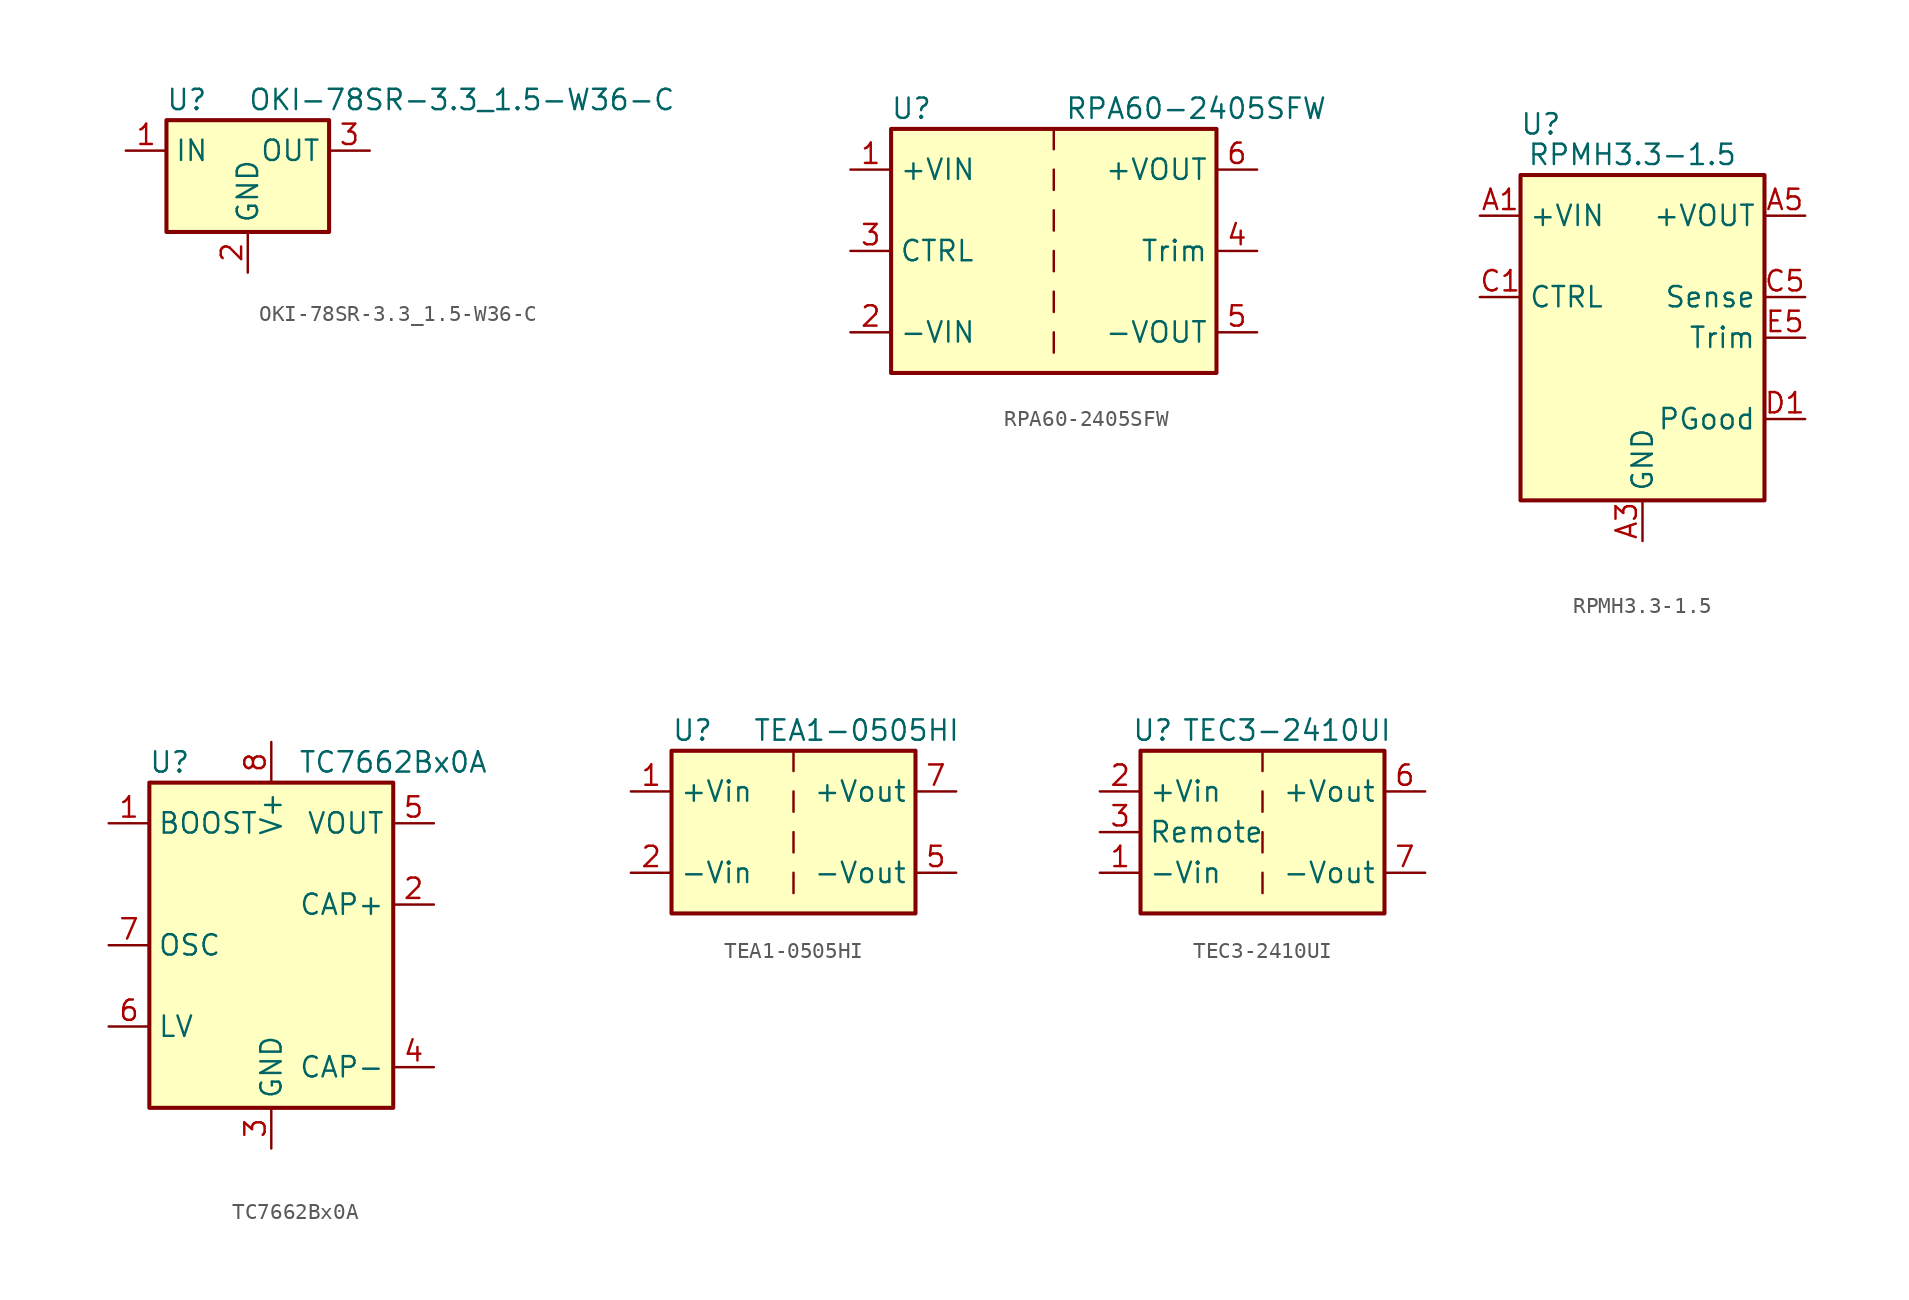
<source format=kicad_sym>
(kicad_symbol_lib
  (version 20241209)
  (generator "kicad_symbol_editor")
  (generator_version "9.0")
  (symbol "OKI-78SR-3.3_1.5-W36-C"
    (property "Reference" "U"
      (at -3.81 3.175 0)
      (effects (font (size 1.27 1.27))))
    (property "Value" "OKI-78SR-3.3_1.5-W36-C"
      (at 0 3.175 0)
      (effects (font (size 1.27 1.27)) (justify left)))
    (symbol "OKI-78SR-3.3_1.5-W36-C_0_1"
      (rectangle (start -5.08 1.905) (end 5.08 -5.08) (stroke (width 0.254) (type default)) (fill (type background))))
    (symbol "OKI-78SR-3.3_1.5-W36-C_1_1"
      (pin power_in line (at -7.62 0 0) (length 2.54) (name "IN" (effects (font (size 1.27 1.27)))) (number "1" (effects (font (size 1.27 1.27)))))
      (pin power_in line (at 0 -7.62 90) (length 2.54) (name "GND" (effects (font (size 1.27 1.27)))) (number "2" (effects (font (size 1.27 1.27)))))
      (pin power_out line (at 7.62 0 180) (length 2.54) (name "OUT" (effects (font (size 1.27 1.27)))) (number "3" (effects (font (size 1.27 1.27)))))))
  (symbol "RPA60-2405SFW"
    (property "Reference" "U"
      (at -8.89 8.89 0)
      (effects (font (size 1.27 1.27))))
    (property "Value" "RPA60-2405SFW"
      (at 8.89 8.89 0)
      (effects (font (size 1.27 1.27))))
    (symbol "RPA60-2405SFW_0_1"
      (rectangle (start -10.16 7.62) (end 10.16 -7.62) (stroke (width 0.254) (type default)) (fill (type background)))
      (polyline (pts (xy 0 7.62) (xy 0 6.35)) (stroke (width 0) (type default)) (fill (type none)))
      (polyline (pts (xy 0 5.08) (xy 0 3.81)) (stroke (width 0) (type default)) (fill (type none)))
      (polyline (pts (xy 0 2.54) (xy 0 1.27)) (stroke (width 0) (type default)) (fill (type none)))
      (polyline (pts (xy 0 0) (xy 0 -1.27)) (stroke (width 0) (type default)) (fill (type none)))
      (polyline (pts (xy 0 -2.54) (xy 0 -3.81)) (stroke (width 0) (type default)) (fill (type none)))
      (polyline (pts (xy 0 -5.08) (xy 0 -6.35)) (stroke (width 0) (type default)) (fill (type none))))
    (symbol "RPA60-2405SFW_1_1"
      (pin power_in line (at -12.7 5.08 0) (length 2.54) (name "+VIN" (effects (font (size 1.27 1.27)))) (number "1" (effects (font (size 1.27 1.27)))))
      (pin input line (at -12.7 0 0) (length 2.54) (name "CTRL" (effects (font (size 1.27 1.27)))) (number "3" (effects (font (size 1.27 1.27)))))
      (pin power_in line (at -12.7 -5.08 0) (length 2.54) (name "-VIN" (effects (font (size 1.27 1.27)))) (number "2" (effects (font (size 1.27 1.27)))))
      (pin power_out line (at 12.7 5.08 180) (length 2.54) (name "+VOUT" (effects (font (size 1.27 1.27)))) (number "6" (effects (font (size 1.27 1.27)))))
      (pin input line (at 12.7 0 180) (length 2.54) (name "Trim" (effects (font (size 1.27 1.27)))) (number "4" (effects (font (size 1.27 1.27)))))
      (pin power_out line (at 12.7 -5.08 180) (length 2.54) (name "-VOUT" (effects (font (size 1.27 1.27)))) (number "5" (effects (font (size 1.27 1.27)))))))
  (symbol "RPMH3.3-1.5"
    (property "Reference" "U"
      (at -6.35 13.335 0)
      (effects (font (size 1.27 1.27))))
    (property "Value" "RPMH3.3-1.5"
      (at -0.635 11.43 0)
      (effects (font (size 1.27 1.27))))
    (symbol "RPMH3.3-1.5_0_1"
      (rectangle (start -7.62 10.16) (end 7.62 -10.16) (stroke (width 0.254) (type default)) (fill (type background))))
    (symbol "RPMH3.3-1.5_1_1"
      (pin power_in line (at -10.16 7.62 0) (length 2.54) (name "+VIN" (effects (font (size 1.27 1.27)))) (number "A1" (effects (font (size 1.27 1.27)))))
      (pin passive line (at -10.16 7.62 0) (length 2.54) (hide yes) (name "+VIN" (effects (font (size 1.27 1.27)))) (number "A2" (effects (font (size 1.27 1.27)))))
      (pin input line (at -10.16 2.54 0) (length 2.54) (name "CTRL" (effects (font (size 1.27 1.27)))) (number "C1" (effects (font (size 1.27 1.27)))))
      (pin no_connect line (at -7.62 -2.54 0) (length 2.54) (hide yes) (name "NC" (effects (font (size 1.27 1.27)))) (number "E1" (effects (font (size 1.27 1.27)))))
      (pin no_connect line (at -7.62 -5.08 0) (length 2.54) (hide yes) (name "NC" (effects (font (size 1.27 1.27)))) (number "E2" (effects (font (size 1.27 1.27)))))
      (pin power_in line (at 0 -12.7 90) (length 2.54) (name "GND" (effects (font (size 1.27 1.27)))) (number "A3" (effects (font (size 1.27 1.27)))))
      (pin passive line (at 0 -12.7 90) (length 2.54) (hide yes) (name "GND" (effects (font (size 1.27 1.27)))) (number "A4" (effects (font (size 1.27 1.27)))))
      (pin passive line (at 0 -12.7 90) (length 2.54) (hide yes) (name "GND" (effects (font (size 1.27 1.27)))) (number "B1" (effects (font (size 1.27 1.27)))))
      (pin passive line (at 0 -12.7 90) (length 2.54) (hide yes) (name "GND" (effects (font (size 1.27 1.27)))) (number "B2" (effects (font (size 1.27 1.27)))))
      (pin passive line (at 0 -12.7 90) (length 2.54) (hide yes) (name "GND" (effects (font (size 1.27 1.27)))) (number "B3" (effects (font (size 1.27 1.27)))))
      (pin passive line (at 0 -12.7 90) (length 2.54) (hide yes) (name "GND" (effects (font (size 1.27 1.27)))) (number "B4" (effects (font (size 1.27 1.27)))))
      (pin passive line (at 0 -12.7 90) (length 2.54) (hide yes) (name "GND" (effects (font (size 1.27 1.27)))) (number "C2" (effects (font (size 1.27 1.27)))))
      (pin passive line (at 0 -12.7 90) (length 2.54) (hide yes) (name "GND" (effects (font (size 1.27 1.27)))) (number "C3" (effects (font (size 1.27 1.27)))))
      (pin passive line (at 0 -12.7 90) (length 2.54) (hide yes) (name "GND" (effects (font (size 1.27 1.27)))) (number "C4" (effects (font (size 1.27 1.27)))))
      (pin passive line (at 0 -12.7 90) (length 2.54) (hide yes) (name "GND" (effects (font (size 1.27 1.27)))) (number "D2" (effects (font (size 1.27 1.27)))))
      (pin passive line (at 0 -12.7 90) (length 2.54) (hide yes) (name "GND" (effects (font (size 1.27 1.27)))) (number "D3" (effects (font (size 1.27 1.27)))))
      (pin passive line (at 0 -12.7 90) (length 2.54) (hide yes) (name "GND" (effects (font (size 1.27 1.27)))) (number "D4" (effects (font (size 1.27 1.27)))))
      (pin passive line (at 0 -12.7 90) (length 2.54) (hide yes) (name "GND" (effects (font (size 1.27 1.27)))) (number "D5" (effects (font (size 1.27 1.27)))))
      (pin passive line (at 0 -12.7 90) (length 2.54) (hide yes) (name "GND" (effects (font (size 1.27 1.27)))) (number "E3" (effects (font (size 1.27 1.27)))))
      (pin passive line (at 0 -12.7 90) (length 2.54) (hide yes) (name "GND" (effects (font (size 1.27 1.27)))) (number "E4" (effects (font (size 1.27 1.27)))))
      (pin power_out line (at 10.16 7.62 180) (length 2.54) (name "+VOUT" (effects (font (size 1.27 1.27)))) (number "A5" (effects (font (size 1.27 1.27)))))
      (pin passive line (at 10.16 7.62 180) (length 2.54) (hide yes) (name "+VOUT" (effects (font (size 1.27 1.27)))) (number "B5" (effects (font (size 1.27 1.27)))))
      (pin input line (at 10.16 2.54 180) (length 2.54) (name "Sense" (effects (font (size 1.27 1.27)))) (number "C5" (effects (font (size 1.27 1.27)))))
      (pin input line (at 10.16 0 180) (length 2.54) (name "Trim" (effects (font (size 1.27 1.27)))) (number "E5" (effects (font (size 1.27 1.27)))))
      (pin output line (at 10.16 -5.08 180) (length 2.54) (name "PGood" (effects (font (size 1.27 1.27)))) (number "D1" (effects (font (size 1.27 1.27)))))))
  (symbol "TC7662Bx0A"
    (property "Reference" "U"
      (at -6.35 11.43 0)
      (effects (font (size 1.27 1.27))))
    (property "Value" "TC7662Bx0A"
      (at 7.62 11.43 0)
      (effects (font (size 1.27 1.27))))
    (symbol "TC7662Bx0A_0_1"
      (rectangle (start -7.62 10.16) (end 7.62 -10.16) (stroke (width 0.254) (type default)) (fill (type background))))
    (symbol "TC7662Bx0A_1_1"
      (pin input line (at -10.16 7.62 0) (length 2.54) (name "BOOST" (effects (font (size 1.27 1.27)))) (number "1" (effects (font (size 1.27 1.27)))))
      (pin passive line (at -10.16 0 0) (length 2.54) (name "OSC" (effects (font (size 1.27 1.27)))) (number "7" (effects (font (size 1.27 1.27)))))
      (pin input line (at -10.16 -5.08 0) (length 2.54) (name "LV" (effects (font (size 1.27 1.27)))) (number "6" (effects (font (size 1.27 1.27)))))
      (pin power_in line (at 0 12.7 270) (length 2.54) (name "V+" (effects (font (size 1.27 1.27)))) (number "8" (effects (font (size 1.27 1.27)))))
      (pin power_in line (at 0 -12.7 90) (length 2.54) (name "GND" (effects (font (size 1.27 1.27)))) (number "3" (effects (font (size 1.27 1.27)))))
      (pin power_out line (at 10.16 7.62 180) (length 2.54) (name "VOUT" (effects (font (size 1.27 1.27)))) (number "5" (effects (font (size 1.27 1.27)))))
      (pin passive line (at 10.16 2.54 180) (length 2.54) (name "CAP+" (effects (font (size 1.27 1.27)))) (number "2" (effects (font (size 1.27 1.27)))))
      (pin passive line (at 10.16 -7.62 180) (length 2.54) (name "CAP-" (effects (font (size 1.27 1.27)))) (number "4" (effects (font (size 1.27 1.27)))))))
  (symbol "TEA1-0505HI"
    (property "Reference" "U"
      (at -7.62 6.35 0)
      (effects (font (size 1.27 1.27)) (justify left)))
    (property "Value" "TEA1-0505HI"
      (at -2.54 6.35 0)
      (effects (font (size 1.27 1.27)) (justify left)))
    (symbol "TEA1-0505HI_0_1"
      (rectangle (start -7.62 5.08) (end 7.62 -5.08) (stroke (width 0.254) (type default)) (fill (type background)))
      (polyline (pts (xy 0 5.08) (xy 0 3.81)) (stroke (width 0) (type default)) (fill (type none)))
      (polyline (pts (xy 0 2.54) (xy 0 1.27)) (stroke (width 0) (type default)) (fill (type none)))
      (polyline (pts (xy 0 0) (xy 0 -1.27)) (stroke (width 0) (type default)) (fill (type none)))
      (polyline (pts (xy 0 -2.54) (xy 0 -3.81)) (stroke (width 0) (type default)) (fill (type none))))
    (symbol "TEA1-0505HI_1_1"
      (pin power_in line (at -10.16 2.54 0) (length 2.54) (name "+Vin" (effects (font (size 1.27 1.27)))) (number "1" (effects (font (size 1.27 1.27)))))
      (pin power_in line (at -10.16 -2.54 0) (length 2.54) (name "-Vin" (effects (font (size 1.27 1.27)))) (number "2" (effects (font (size 1.27 1.27)))))
      (pin power_out line (at 10.16 2.54 180) (length 2.54) (name "+Vout" (effects (font (size 1.27 1.27)))) (number "7" (effects (font (size 1.27 1.27)))))
      (pin power_out line (at 10.16 -2.54 180) (length 2.54) (name "-Vout" (effects (font (size 1.27 1.27)))) (number "5" (effects (font (size 1.27 1.27)))))))
  (symbol "TEC3-2410UI"
    (property "Reference" "U"
      (at -6.858 6.35 0)
      (effects (font (size 1.27 1.27))))
    (property "Value" "TEC3-2410UI"
      (at 1.524 6.35 0)
      (effects (font (size 1.27 1.27))))
    (symbol "TEC3-2410UI_0_0"
      (pin power_in line (at -10.16 2.54 0) (length 2.54) (name "+Vin" (effects (font (size 1.27 1.27)))) (number "2" (effects (font (size 1.27 1.27)))))
      (pin power_in line (at -10.16 -2.54 0) (length 2.54) (name "-Vin" (effects (font (size 1.27 1.27)))) (number "1" (effects (font (size 1.27 1.27)))))
      (pin no_connect line (at -1.27 -5.08 90) (length 2.54) (hide yes) (name "NC" (effects (font (size 1.27 1.27)))) (number "5" (effects (font (size 1.27 1.27)))))
      (pin no_connect line (at 1.27 -5.08 90) (length 2.54) (hide yes) (name "NC" (effects (font (size 1.27 1.27)))) (number "8" (effects (font (size 1.27 1.27)))))
      (pin power_out line (at 10.16 2.54 180) (length 2.54) (name "+Vout" (effects (font (size 1.27 1.27)))) (number "6" (effects (font (size 1.27 1.27)))))
      (pin power_out line (at 10.16 -2.54 180) (length 2.54) (name "-Vout" (effects (font (size 1.27 1.27)))) (number "7" (effects (font (size 1.27 1.27))))))
    (symbol "TEC3-2410UI_0_1"
      (rectangle (start -7.62 5.08) (end 7.62 -5.08) (stroke (width 0.254) (type default)) (fill (type background)))
      (polyline (pts (xy 0 5.08) (xy 0 3.81)) (stroke (width 0) (type default)) (fill (type none)))
      (polyline (pts (xy 0 2.54) (xy 0 1.27)) (stroke (width 0) (type default)) (fill (type none)))
      (polyline (pts (xy 0 0) (xy 0 -1.27)) (stroke (width 0) (type default)) (fill (type none)))
      (polyline (pts (xy 0 -2.54) (xy 0 -3.81)) (stroke (width 0) (type default)) (fill (type none))))
    (symbol "TEC3-2410UI_1_0"
      (pin input line (at -10.16 0 0) (length 2.54) (name "Remote" (effects (font (size 1.27 1.27)))) (number "3" (effects (font (size 1.27 1.27))))))))
</source>
